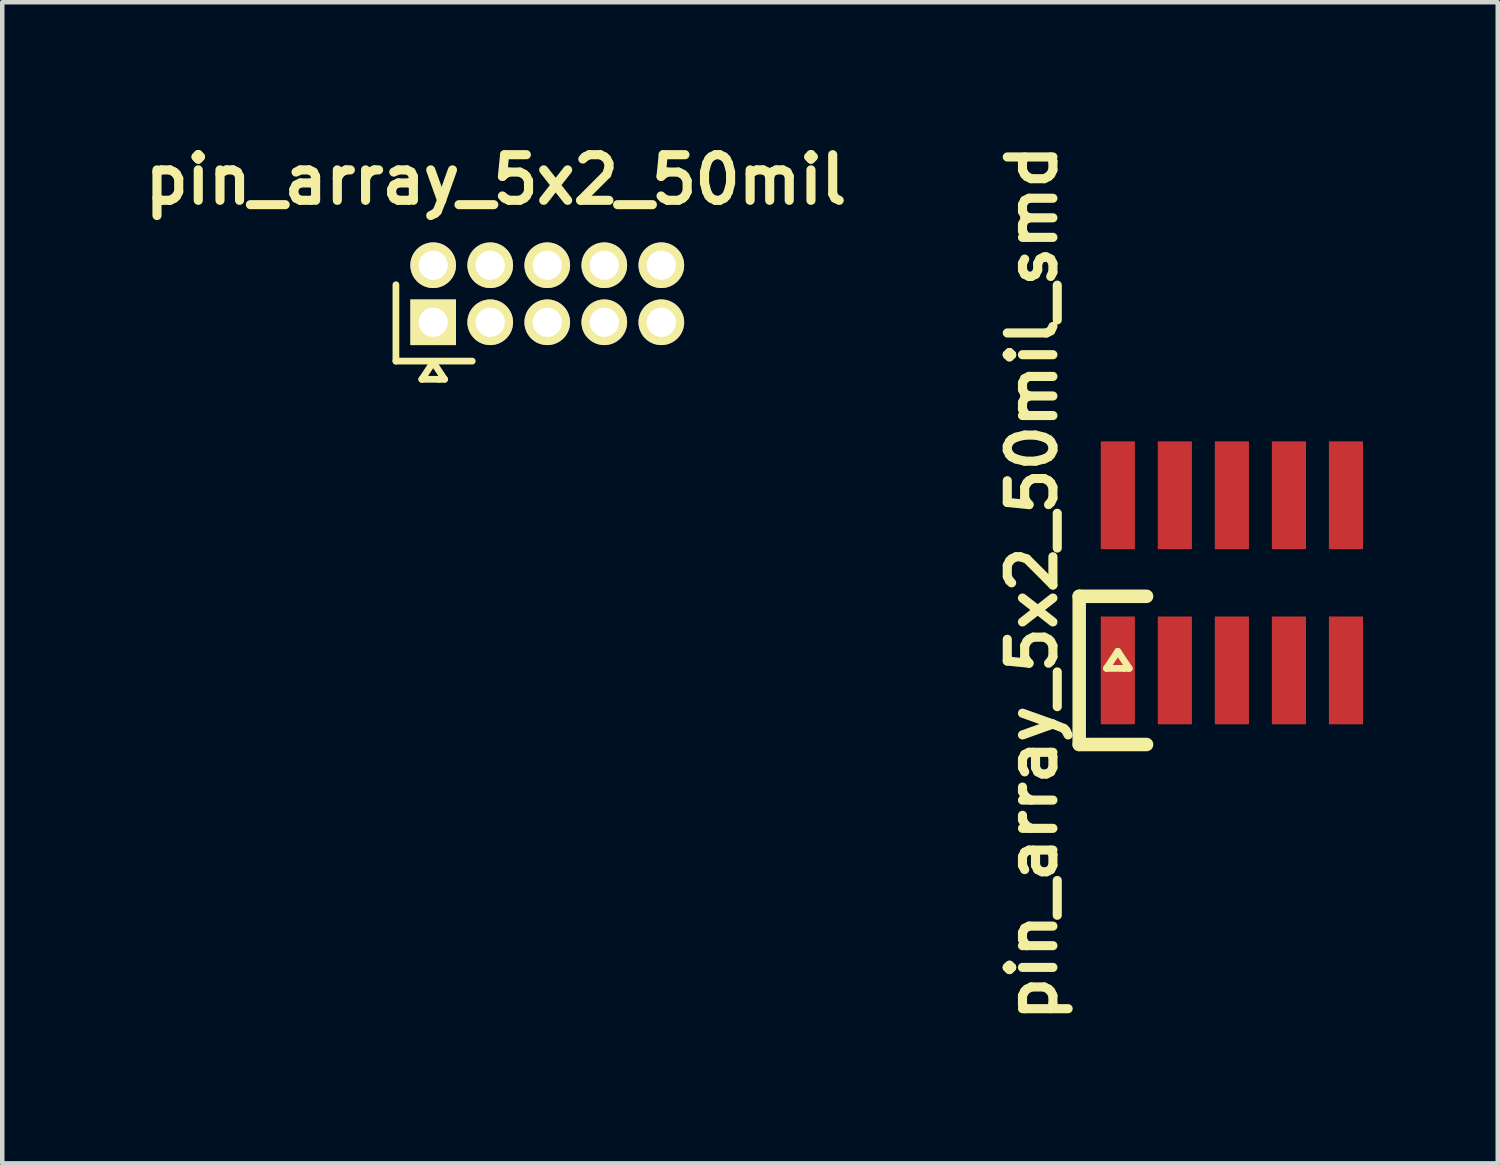
<source format=kicad_pcb>
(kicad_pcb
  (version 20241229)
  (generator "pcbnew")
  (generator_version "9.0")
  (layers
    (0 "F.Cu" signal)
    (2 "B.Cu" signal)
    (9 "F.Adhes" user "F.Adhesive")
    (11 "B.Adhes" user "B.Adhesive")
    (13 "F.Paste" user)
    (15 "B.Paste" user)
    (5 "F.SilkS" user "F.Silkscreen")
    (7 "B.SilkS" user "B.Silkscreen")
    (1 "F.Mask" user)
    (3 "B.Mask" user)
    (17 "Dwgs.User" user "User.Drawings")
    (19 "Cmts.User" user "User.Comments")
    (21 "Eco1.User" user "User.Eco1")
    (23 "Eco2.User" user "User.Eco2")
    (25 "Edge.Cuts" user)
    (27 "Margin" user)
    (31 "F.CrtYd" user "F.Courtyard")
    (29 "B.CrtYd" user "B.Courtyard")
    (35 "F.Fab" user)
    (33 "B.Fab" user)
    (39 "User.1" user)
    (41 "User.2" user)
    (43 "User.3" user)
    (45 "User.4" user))
  (footprint "pin_array_5x2_50mil_smd"
    (layer "F.Cu")
    (at 24.381 9.928)
    (property "Reference" "pin_array_5x2_50mil_smd" (at -4.445 0 90) (layer "F.SilkS") (effects (font (size 1.016 1.016) (thickness 0.203))))
    (attr through_hole)
    (fp_line (start -3.4 3.6) (end -3.4 0.3) (stroke (width 0.3) (type solid)) (layer "F.SilkS"))
    (fp_line (start -2.794 1.905) (end -2.413 1.905) (stroke (width 0.15) (type solid)) (layer "F.SilkS"))
    (fp_line (start -2.54 1.524) (end -2.794 1.905) (stroke (width 0.15) (type solid)) (layer "F.SilkS"))
    (fp_line (start -2.413 1.905) (end -2.286 1.905) (stroke (width 0.15) (type solid)) (layer "F.SilkS"))
    (fp_line (start -2.286 1.905) (end -2.54 1.524) (stroke (width 0.15) (type solid)) (layer "F.SilkS"))
    (fp_line (start -1.9 0.3) (end -3.4 0.3) (stroke (width 0.3) (type solid)) (layer "F.SilkS"))
    (fp_line (start -1.9 3.6) (end -3.4 3.6) (stroke (width 0.3) (type solid)) (layer "F.SilkS"))
    (pad "1" smd rect (at -2.54 1.95) (size 0.76 2.4) (layers "F.Cu" "F.Mask" "F.Paste"))
    (pad "2" smd rect (at -2.54 -1.95) (size 0.76 2.4) (layers "F.Cu" "F.Mask" "F.Paste"))
    (pad "3" smd rect (at -1.27 1.95) (size 0.76 2.4) (layers "F.Cu" "F.Mask" "F.Paste"))
    (pad "4" smd rect (at -1.27 -1.95) (size 0.76 2.4) (layers "F.Cu" "F.Mask" "F.Paste"))
    (pad "5" smd rect (at 0 1.95) (size 0.76 2.4) (layers "F.Cu" "F.Mask" "F.Paste"))
    (pad "6" smd rect (at 0 -1.95) (size 0.76 2.4) (layers "F.Cu" "F.Mask" "F.Paste"))
    (pad "7" smd rect (at 1.27 1.95) (size 0.76 2.4) (layers "F.Cu" "F.Mask" "F.Paste"))
    (pad "8" smd rect (at 1.27 -1.95) (size 0.76 2.4) (layers "F.Cu" "F.Mask" "F.Paste"))
    (pad "9" smd rect (at 2.54 1.95) (size 0.76 2.4) (layers "F.Cu" "F.Mask" "F.Paste"))
    (pad "10" smd rect (at 2.54 -1.95) (size 0.76 2.4) (layers "F.Cu" "F.Mask" "F.Paste")))
  (footprint "pin_array_5x2_50mil"
    (layer "F.Cu")
    (at 7.866 3.491)
    (property "Reference" "pin_array_5x2_50mil" (at 0.127 -2.54 0) (layer "F.SilkS") (effects (font (size 1.016 1.016) (thickness 0.203))))
    (attr through_hole)
    (fp_line (start -2.1 -0.2) (end -2.1 1.5) (stroke (width 0.15) (type solid)) (layer "F.SilkS"))
    (fp_line (start -2.1 1.5) (end -0.4 1.5) (stroke (width 0.15) (type solid)) (layer "F.SilkS"))
    (fp_line (start -1.524 1.905) (end -1.143 1.905) (stroke (width 0.15) (type solid)) (layer "F.SilkS"))
    (fp_line (start -1.27 1.524) (end -1.524 1.905) (stroke (width 0.15) (type solid)) (layer "F.SilkS"))
    (fp_line (start -1.143 1.905) (end -1.016 1.905) (stroke (width 0.15) (type solid)) (layer "F.SilkS"))
    (fp_line (start -1.016 1.905) (end -1.27 1.524) (stroke (width 0.15) (type solid)) (layer "F.SilkS"))
    (pad "1" thru_hole rect (at -1.27 0.635) (size 1.016 1.016) (drill 0.65) (layers "*.Cu" "*.Mask" "F.SilkS"))
    (pad "2" thru_hole circle (at -1.27 -0.635) (size 1.016 1.016) (drill 0.65) (layers "*.Cu" "*.Mask" "F.SilkS"))
    (pad "3" thru_hole circle (at 0 0.635) (size 1.016 1.016) (drill 0.65) (layers "*.Cu" "*.Mask" "F.SilkS"))
    (pad "4" thru_hole circle (at 0 -0.635) (size 1.016 1.016) (drill 0.65) (layers "*.Cu" "*.Mask" "F.SilkS"))
    (pad "5" thru_hole circle (at 1.27 0.635) (size 1.016 1.016) (drill 0.65) (layers "*.Cu" "*.Mask" "F.SilkS"))
    (pad "6" thru_hole circle (at 1.27 -0.635) (size 1.016 1.016) (drill 0.65) (layers "*.Cu" "*.Mask" "F.SilkS"))
    (pad "7" thru_hole circle (at 2.54 0.635) (size 1.016 1.016) (drill 0.65) (layers "*.Cu" "*.Mask" "F.SilkS"))
    (pad "8" thru_hole circle (at 2.54 -0.635) (size 1.016 1.016) (drill 0.65) (layers "*.Cu" "*.Mask" "F.SilkS"))
    (pad "9" thru_hole circle (at 3.81 0.635) (size 1.016 1.016) (drill 0.65) (layers "*.Cu" "*.Mask" "F.SilkS"))
    (pad "10" thru_hole circle (at 3.81 -0.635) (size 1.016 1.016) (drill 0.65) (layers "*.Cu" "*.Mask" "F.SilkS")))
  (gr_rect
    (start -3 -3)
    (end 30.301 22.856)
    (stroke (width 0.1) (type default))
    (fill no)
    (layer "Edge.Cuts")))
</source>
